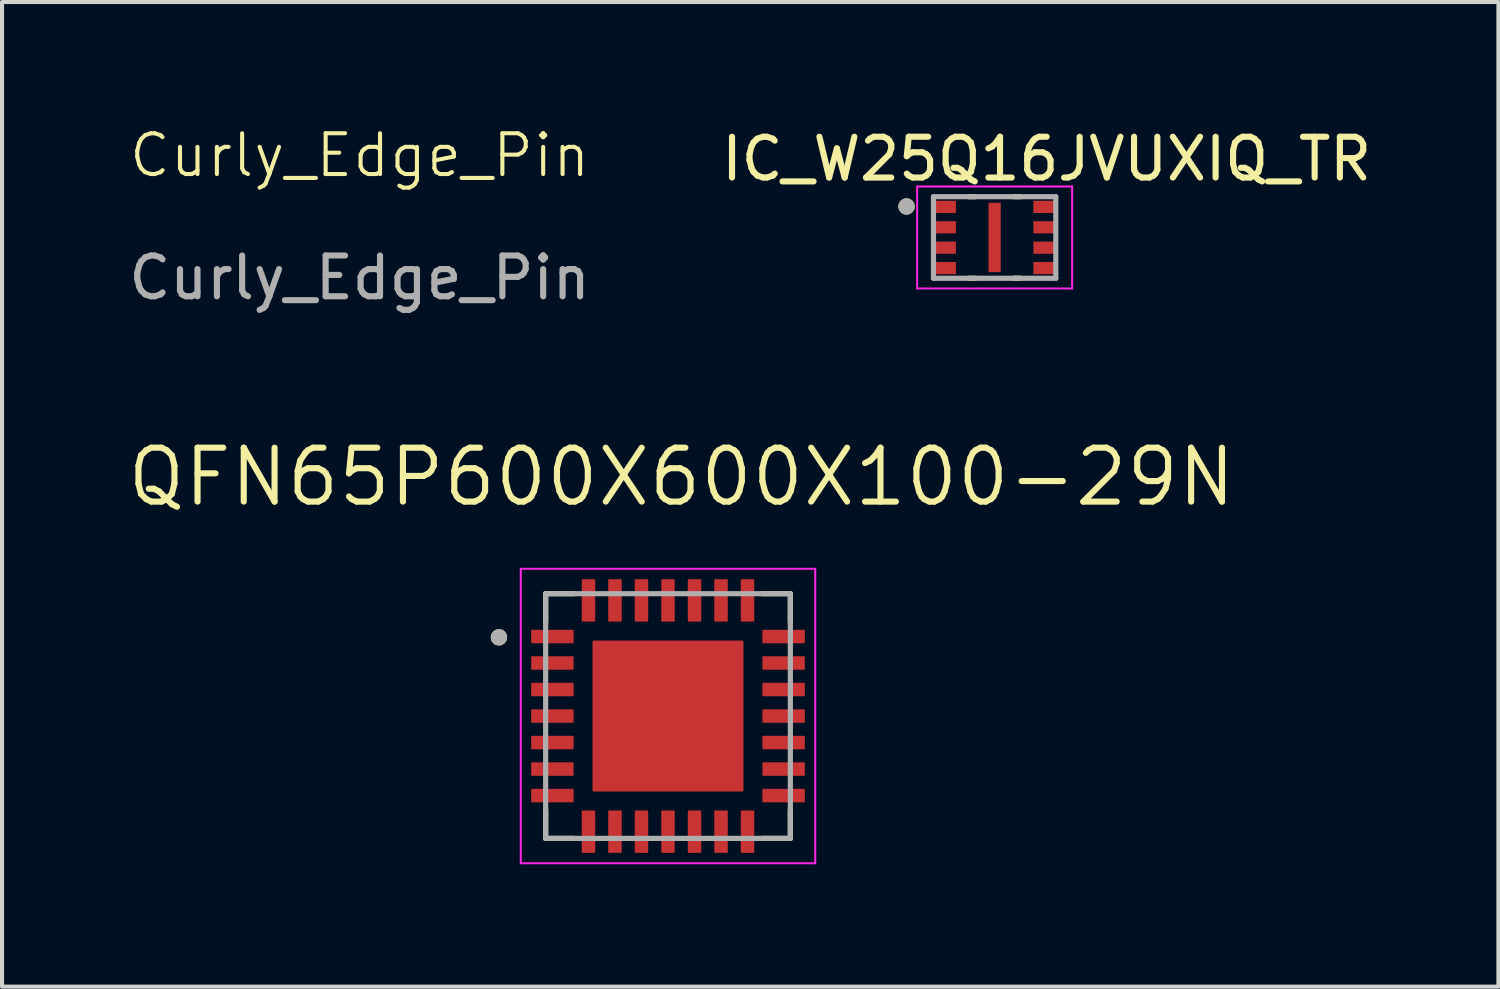
<source format=kicad_pcb>
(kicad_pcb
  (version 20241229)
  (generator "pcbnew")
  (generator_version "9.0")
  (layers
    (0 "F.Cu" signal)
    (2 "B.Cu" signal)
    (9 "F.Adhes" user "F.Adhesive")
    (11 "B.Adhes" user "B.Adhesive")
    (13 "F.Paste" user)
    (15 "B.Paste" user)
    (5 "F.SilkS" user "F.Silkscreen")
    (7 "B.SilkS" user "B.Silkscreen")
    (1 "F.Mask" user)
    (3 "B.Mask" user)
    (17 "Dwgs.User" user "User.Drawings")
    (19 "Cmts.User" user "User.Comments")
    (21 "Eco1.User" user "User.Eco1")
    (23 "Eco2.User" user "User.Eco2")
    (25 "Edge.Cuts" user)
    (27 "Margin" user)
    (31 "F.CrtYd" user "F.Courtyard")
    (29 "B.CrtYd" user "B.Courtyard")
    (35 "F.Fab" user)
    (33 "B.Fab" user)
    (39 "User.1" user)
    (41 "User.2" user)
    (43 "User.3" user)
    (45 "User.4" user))
  (footprint "Curly_Edge_Pin"
    (layer "F.Cu")
    (at 5.768 1.26)
    (property "Reference" "Curly_Edge_Pin" (at 0 -0.5 0) (unlocked yes) (layer "F.SilkS") (effects (font (size 1 1) (thickness 0.1))))
    (attr smd)
    (fp_text user "${REFERENCE}" (at 0 2.5 0) (unlocked yes) (layer "F.Fab") (effects (font (size 1 1) (thickness 0.15)))))
  (footprint "QFN65P600X600X100-29N"
    (layer "F.Cu")
    (at 13.329 14.507)
    (property "Reference" "QFN65P600X600X100-29N" (at 0.331 -5.862 0) (layer "F.SilkS") (effects (font (size 1.322 1.322) (thickness 0.15))))
    (attr smd)
    (fp_line (start -3 -3) (end -3 -2.3) (stroke (width 0.127) (type solid)) (layer "F.SilkS"))
    (fp_line (start -3 3) (end -3 2.3) (stroke (width 0.127) (type solid)) (layer "F.SilkS"))
    (fp_line (start -2.3 -3) (end -3 -3) (stroke (width 0.127) (type solid)) (layer "F.SilkS"))
    (fp_line (start -2.3 3) (end -3 3) (stroke (width 0.127) (type solid)) (layer "F.SilkS"))
    (fp_line (start 2.3 -3) (end 3 -3) (stroke (width 0.127) (type solid)) (layer "F.SilkS"))
    (fp_line (start 2.3 3) (end 3 3) (stroke (width 0.127) (type solid)) (layer "F.SilkS"))
    (fp_line (start 3 -3) (end 3 -2.3) (stroke (width 0.127) (type solid)) (layer "F.SilkS"))
    (fp_line (start 3 3) (end 3 2.3) (stroke (width 0.127) (type solid)) (layer "F.SilkS"))
    (fp_circle (center -4.145 -1.93) (end -4.045 -1.93) (stroke (width 0.2) (type solid)) (fill no) (layer "F.SilkS"))
    (fp_poly (pts (xy -1.173 -1.17) (xy 1.17 -1.17) (xy 1.17 1.173) (xy -1.173 1.173)) (stroke (width 0.01) (type solid)) (fill yes) (layer "F.Paste"))
    (fp_line (start -3.61 -3.61) (end 3.61 -3.61) (stroke (width 0.05) (type solid)) (layer "F.CrtYd"))
    (fp_line (start -3.61 3.61) (end -3.61 -3.61) (stroke (width 0.05) (type solid)) (layer "F.CrtYd"))
    (fp_line (start -3.61 3.61) (end 3.61 3.61) (stroke (width 0.05) (type solid)) (layer "F.CrtYd"))
    (fp_line (start 3.61 3.61) (end 3.61 -3.61) (stroke (width 0.05) (type solid)) (layer "F.CrtYd"))
    (fp_line (start -3 3) (end -3 -3) (stroke (width 0.127) (type solid)) (layer "F.Fab"))
    (fp_line (start 3 -3) (end -3 -3) (stroke (width 0.127) (type solid)) (layer "F.Fab"))
    (fp_line (start 3 3) (end -3 3) (stroke (width 0.127) (type solid)) (layer "F.Fab"))
    (fp_line (start 3 3) (end 3 -3) (stroke (width 0.127) (type solid)) (layer "F.Fab"))
    (fp_circle (center -4.145 -1.93) (end -4.045 -1.93) (stroke (width 0.2) (type solid)) (fill no) (layer "F.Fab"))
    (pad "1" smd roundrect (at -2.835 -1.95) (size 1.04 0.33) (layers "F.Cu" "F.Mask" "F.Paste") (roundrect_rratio 0.04))
    (pad "2" smd roundrect (at -2.835 -1.3) (size 1.04 0.33) (layers "F.Cu" "F.Mask" "F.Paste") (roundrect_rratio 0.04))
    (pad "3" smd roundrect (at -2.835 -0.65) (size 1.04 0.33) (layers "F.Cu" "F.Mask" "F.Paste") (roundrect_rratio 0.04))
    (pad "4" smd roundrect (at -2.835 0) (size 1.04 0.33) (layers "F.Cu" "F.Mask" "F.Paste") (roundrect_rratio 0.04))
    (pad "5" smd roundrect (at -2.835 0.65) (size 1.04 0.33) (layers "F.Cu" "F.Mask" "F.Paste") (roundrect_rratio 0.04))
    (pad "6" smd roundrect (at -2.835 1.3) (size 1.04 0.33) (layers "F.Cu" "F.Mask" "F.Paste") (roundrect_rratio 0.04))
    (pad "7" smd roundrect (at -2.835 1.95) (size 1.04 0.33) (layers "F.Cu" "F.Mask" "F.Paste") (roundrect_rratio 0.04))
    (pad "8" smd roundrect (at -1.95 2.835 90) (size 1.04 0.33) (layers "F.Cu" "F.Mask" "F.Paste") (roundrect_rratio 0.04))
    (pad "9" smd roundrect (at -1.3 2.835 90) (size 1.04 0.33) (layers "F.Cu" "F.Mask" "F.Paste") (roundrect_rratio 0.04))
    (pad "10" smd roundrect (at -0.65 2.835 90) (size 1.04 0.33) (layers "F.Cu" "F.Mask" "F.Paste") (roundrect_rratio 0.04))
    (pad "11" smd roundrect (at 0 2.835 90) (size 1.04 0.33) (layers "F.Cu" "F.Mask" "F.Paste") (roundrect_rratio 0.04))
    (pad "12" smd roundrect (at 0.65 2.835 90) (size 1.04 0.33) (layers "F.Cu" "F.Mask" "F.Paste") (roundrect_rratio 0.04))
    (pad "13" smd roundrect (at 1.3 2.835 90) (size 1.04 0.33) (layers "F.Cu" "F.Mask" "F.Paste") (roundrect_rratio 0.04))
    (pad "14" smd roundrect (at 1.95 2.835 90) (size 1.04 0.33) (layers "F.Cu" "F.Mask" "F.Paste") (roundrect_rratio 0.04))
    (pad "15" smd roundrect (at 2.835 1.95) (size 1.04 0.33) (layers "F.Cu" "F.Mask" "F.Paste") (roundrect_rratio 0.04))
    (pad "16" smd roundrect (at 2.835 1.3) (size 1.04 0.33) (layers "F.Cu" "F.Mask" "F.Paste") (roundrect_rratio 0.04))
    (pad "17" smd roundrect (at 2.835 0.65) (size 1.04 0.33) (layers "F.Cu" "F.Mask" "F.Paste") (roundrect_rratio 0.04))
    (pad "18" smd roundrect (at 2.835 0) (size 1.04 0.33) (layers "F.Cu" "F.Mask" "F.Paste") (roundrect_rratio 0.04))
    (pad "19" smd roundrect (at 2.835 -0.65) (size 1.04 0.33) (layers "F.Cu" "F.Mask" "F.Paste") (roundrect_rratio 0.04))
    (pad "20" smd roundrect (at 2.835 -1.3) (size 1.04 0.33) (layers "F.Cu" "F.Mask" "F.Paste") (roundrect_rratio 0.04))
    (pad "21" smd roundrect (at 2.835 -1.95) (size 1.04 0.33) (layers "F.Cu" "F.Mask" "F.Paste") (roundrect_rratio 0.04))
    (pad "22" smd roundrect (at 1.95 -2.835 90) (size 1.04 0.33) (layers "F.Cu" "F.Mask" "F.Paste") (roundrect_rratio 0.04))
    (pad "23" smd roundrect (at 1.3 -2.835 90) (size 1.04 0.33) (layers "F.Cu" "F.Mask" "F.Paste") (roundrect_rratio 0.04))
    (pad "24" smd roundrect (at 0.65 -2.835 90) (size 1.04 0.33) (layers "F.Cu" "F.Mask" "F.Paste") (roundrect_rratio 0.04))
    (pad "25" smd roundrect (at 0 -2.835 90) (size 1.04 0.33) (layers "F.Cu" "F.Mask" "F.Paste") (roundrect_rratio 0.04))
    (pad "26" smd roundrect (at -0.65 -2.835 90) (size 1.04 0.33) (layers "F.Cu" "F.Mask" "F.Paste") (roundrect_rratio 0.04))
    (pad "27" smd roundrect (at -1.3 -2.835 90) (size 1.04 0.33) (layers "F.Cu" "F.Mask" "F.Paste") (roundrect_rratio 0.04))
    (pad "28" smd roundrect (at -1.95 -2.835 90) (size 1.04 0.33) (layers "F.Cu" "F.Mask" "F.Paste") (roundrect_rratio 0.04))
    (pad "29" smd rect (at 0 0) (size 3.7 3.7) (layers "F.Cu" "F.Mask")))
  (footprint "IC_W25Q16JVUXIQ_TR"
    (layer "F.Cu")
    (at 21.338 2.773)
    (property "Reference" "IC_W25Q16JVUXIQ_TR" (at 1.275 -1.925 0) (layer "F.SilkS") (effects (font (size 1 1) (thickness 0.15))))
    (attr smd)
    (fp_line (start -0.63 -1) (end -0.47 -1) (stroke (width 0.127) (type solid)) (layer "F.SilkS"))
    (fp_line (start -0.63 1) (end -0.47 1) (stroke (width 0.127) (type solid)) (layer "F.SilkS"))
    (fp_line (start 0.63 -1) (end 0.47 -1) (stroke (width 0.127) (type solid)) (layer "F.SilkS"))
    (fp_line (start 0.63 1) (end 0.47 1) (stroke (width 0.127) (type solid)) (layer "F.SilkS"))
    (fp_circle (center -2.16 -0.76) (end -2.06 -0.76) (stroke (width 0.2) (type solid)) (fill no) (layer "F.SilkS"))
    (fp_poly (pts (xy -1.65 -0.85) (xy -1.1 -0.85) (xy -1.1 -0.65) (xy -1.65 -0.65)) (stroke (width 0.01) (type solid)) (fill yes) (layer "F.Paste"))
    (fp_poly (pts (xy -1.65 -0.35) (xy -1.1 -0.35) (xy -1.1 -0.15) (xy -1.65 -0.15)) (stroke (width 0.01) (type solid)) (fill yes) (layer "F.Paste"))
    (fp_poly (pts (xy -1.65 0.15) (xy -1.1 0.15) (xy -1.1 0.35) (xy -1.65 0.35)) (stroke (width 0.01) (type solid)) (fill yes) (layer "F.Paste"))
    (fp_poly (pts (xy -1.65 0.65) (xy -1.1 0.65) (xy -1.1 0.85) (xy -1.65 0.85)) (stroke (width 0.01) (type solid)) (fill yes) (layer "F.Paste"))
    (fp_poly (pts (xy -0.1 -0.6) (xy 0.1 -0.6) (xy 0.1 -0.1) (xy -0.1 -0.1)) (stroke (width 0.01) (type solid)) (fill yes) (layer "F.Paste"))
    (fp_poly (pts (xy -0.1 0.1) (xy 0.1 0.1) (xy 0.1 0.6) (xy -0.1 0.6)) (stroke (width 0.01) (type solid)) (fill yes) (layer "F.Paste"))
    (fp_poly (pts (xy 1.1 -0.85) (xy 1.65 -0.85) (xy 1.65 -0.65) (xy 1.1 -0.65)) (stroke (width 0.01) (type solid)) (fill yes) (layer "F.Paste"))
    (fp_poly (pts (xy 1.1 -0.35) (xy 1.65 -0.35) (xy 1.65 -0.15) (xy 1.1 -0.15)) (stroke (width 0.01) (type solid)) (fill yes) (layer "F.Paste"))
    (fp_poly (pts (xy 1.1 0.15) (xy 1.65 0.15) (xy 1.65 0.35) (xy 1.1 0.35)) (stroke (width 0.01) (type solid)) (fill yes) (layer "F.Paste"))
    (fp_poly (pts (xy 1.1 0.65) (xy 1.65 0.65) (xy 1.65 0.85) (xy 1.1 0.85)) (stroke (width 0.01) (type solid)) (fill yes) (layer "F.Paste"))
    (fp_line (start -1.9 -1.25) (end -1.9 1.25) (stroke (width 0.05) (type solid)) (layer "F.CrtYd"))
    (fp_line (start -1.9 1.25) (end 1.9 1.25) (stroke (width 0.05) (type solid)) (layer "F.CrtYd"))
    (fp_line (start 1.9 -1.25) (end -1.9 -1.25) (stroke (width 0.05) (type solid)) (layer "F.CrtYd"))
    (fp_line (start 1.9 1.25) (end 1.9 -1.25) (stroke (width 0.05) (type solid)) (layer "F.CrtYd"))
    (fp_line (start -1.5 -1) (end 1.5 -1) (stroke (width 0.127) (type solid)) (layer "F.Fab"))
    (fp_line (start -1.5 1) (end -1.5 -1) (stroke (width 0.127) (type solid)) (layer "F.Fab"))
    (fp_line (start 1.5 -1) (end 1.5 1) (stroke (width 0.127) (type solid)) (layer "F.Fab"))
    (fp_line (start 1.5 1) (end -1.5 1) (stroke (width 0.127) (type solid)) (layer "F.Fab"))
    (fp_circle (center -2.16 -0.76) (end -2.06 -0.76) (stroke (width 0.2) (type solid)) (fill no) (layer "F.Fab"))
    (pad "1" smd rect (at -1.25 -0.75) (size 0.6 0.3) (layers "F.Cu" "F.Mask"))
    (pad "2" smd rect (at -1.25 -0.25) (size 0.6 0.3) (layers "F.Cu" "F.Mask"))
    (pad "3" smd rect (at -1.25 0.25) (size 0.6 0.3) (layers "F.Cu" "F.Mask"))
    (pad "4" smd rect (at -1.25 0.75) (size 0.6 0.3) (layers "F.Cu" "F.Mask"))
    (pad "5" smd rect (at 1.25 0.75) (size 0.6 0.3) (layers "F.Cu" "F.Mask"))
    (pad "6" smd rect (at 1.25 0.25) (size 0.6 0.3) (layers "F.Cu" "F.Mask"))
    (pad "7" smd rect (at 1.25 -0.25) (size 0.6 0.3) (layers "F.Cu" "F.Mask"))
    (pad "8" smd rect (at 1.25 -0.75) (size 0.6 0.3) (layers "F.Cu" "F.Mask"))
    (pad "9" smd rect (at 0 0) (size 0.3 1.7) (layers "F.Cu" "F.Mask")))
  (gr_rect
    (start -3 -3)
    (end 33.69 21.142)
    (stroke (width 0.1) (type default))
    (fill no)
    (layer "Edge.Cuts")))
</source>
